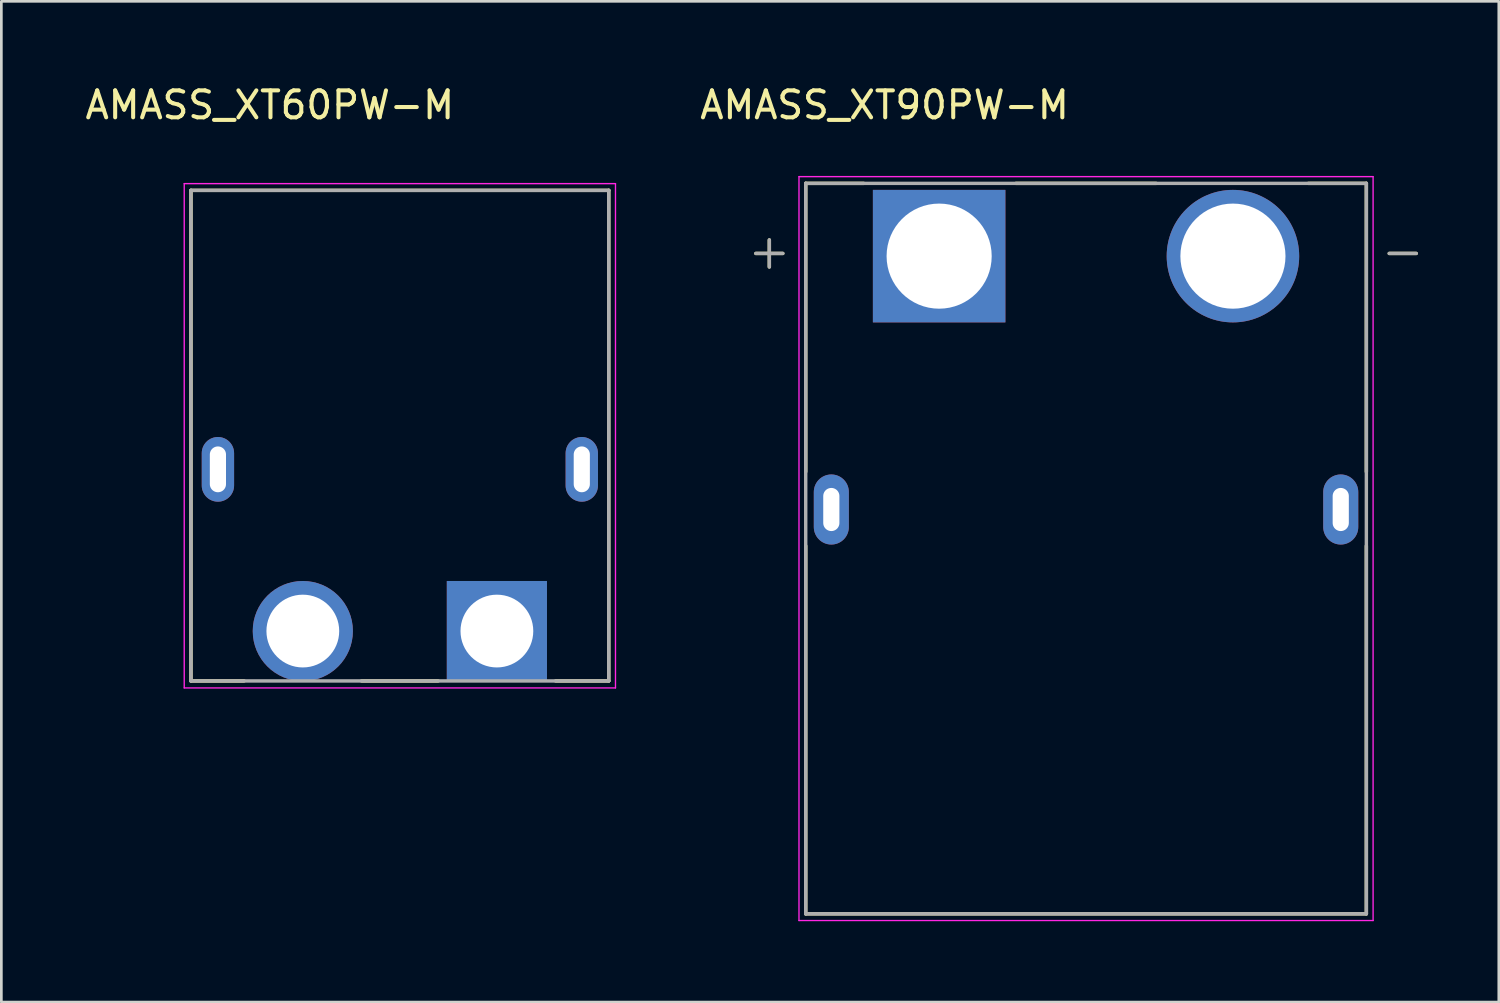
<source format=kicad_pcb>
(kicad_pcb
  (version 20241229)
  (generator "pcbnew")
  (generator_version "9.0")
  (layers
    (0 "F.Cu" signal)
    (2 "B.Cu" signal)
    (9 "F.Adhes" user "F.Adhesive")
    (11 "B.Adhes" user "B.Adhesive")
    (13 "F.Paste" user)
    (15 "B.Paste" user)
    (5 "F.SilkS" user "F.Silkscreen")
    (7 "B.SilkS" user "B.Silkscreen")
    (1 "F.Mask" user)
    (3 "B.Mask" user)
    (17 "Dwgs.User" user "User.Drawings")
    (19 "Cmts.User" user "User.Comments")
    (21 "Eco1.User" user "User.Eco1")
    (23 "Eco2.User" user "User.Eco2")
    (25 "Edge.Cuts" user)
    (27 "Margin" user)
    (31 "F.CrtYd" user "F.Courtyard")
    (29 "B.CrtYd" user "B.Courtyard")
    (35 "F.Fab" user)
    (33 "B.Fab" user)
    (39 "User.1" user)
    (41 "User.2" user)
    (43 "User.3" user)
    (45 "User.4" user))
  (footprint "AMASS_XT90PW-M"
    (layer "F.Cu")
    (at 37.243 15.853)
    (property "Reference" "AMASS_XT90PW-M" (at -7.475 -15.005 0) (layer "F.SilkS") (effects (font (size 1 1) (thickness 0.15))))
    (attr through_hole)
    (fp_line (start -11.75 -9) (end -11.75 -10) (stroke (width 0.127) (type solid)) (layer "F.SilkS"))
    (fp_line (start -11.25 -9.5) (end -12.25 -9.5) (stroke (width 0.127) (type solid)) (layer "F.SilkS"))
    (fp_line (start -10.4 -12.1) (end -10.4 -1.4) (stroke (width 0.127) (type solid)) (layer "F.SilkS"))
    (fp_line (start -10.4 1.35) (end -10.4 15) (stroke (width 0.127) (type solid)) (layer "F.SilkS"))
    (fp_line (start -10.4 15) (end 10.4 15) (stroke (width 0.127) (type solid)) (layer "F.SilkS"))
    (fp_line (start -8.25 -12.1) (end -10.4 -12.1) (stroke (width 0.127) (type solid)) (layer "F.SilkS"))
    (fp_line (start -2.6 -12.1) (end 2.6 -12.1) (stroke (width 0.127) (type solid)) (layer "F.SilkS"))
    (fp_line (start 10.4 -12.1) (end 8.25 -12.1) (stroke (width 0.127) (type solid)) (layer "F.SilkS"))
    (fp_line (start 10.4 -1.4) (end 10.4 -12.1) (stroke (width 0.127) (type solid)) (layer "F.SilkS"))
    (fp_line (start 10.4 15) (end 10.4 1.35) (stroke (width 0.127) (type solid)) (layer "F.SilkS"))
    (fp_line (start 11.25 -9.5) (end 12.25 -9.5) (stroke (width 0.127) (type solid)) (layer "F.SilkS"))
    (fp_line (start -10.65 -12.35) (end 10.65 -12.35) (stroke (width 0.05) (type solid)) (layer "F.CrtYd"))
    (fp_line (start -10.65 15.25) (end -10.65 -12.35) (stroke (width 0.05) (type solid)) (layer "F.CrtYd"))
    (fp_line (start 10.65 -12.35) (end 10.65 15.25) (stroke (width 0.05) (type solid)) (layer "F.CrtYd"))
    (fp_line (start 10.65 15.25) (end -10.65 15.25) (stroke (width 0.05) (type solid)) (layer "F.CrtYd"))
    (fp_line (start -11.75 -9) (end -11.75 -10) (stroke (width 0.127) (type solid)) (layer "F.Fab"))
    (fp_line (start -11.25 -9.5) (end -12.25 -9.5) (stroke (width 0.127) (type solid)) (layer "F.Fab"))
    (fp_line (start -10.4 -12.1) (end 10.4 -12.1) (stroke (width 0.127) (type solid)) (layer "F.Fab"))
    (fp_line (start -10.4 15) (end -10.4 -12.1) (stroke (width 0.127) (type solid)) (layer "F.Fab"))
    (fp_line (start 10.4 -12.1) (end 10.4 15) (stroke (width 0.127) (type solid)) (layer "F.Fab"))
    (fp_line (start 10.4 15) (end -10.4 15) (stroke (width 0.127) (type solid)) (layer "F.Fab"))
    (fp_line (start 12.25 -9.5) (end 11.25 -9.5) (stroke (width 0.127) (type solid)) (layer "F.Fab"))
    (pad "N" thru_hole circle (at 5.45 -9.4) (size 4.916 4.916) (drill 3.9) (layers "*.Cu" "*.Mask"))
    (pad "P" thru_hole rect (at -5.45 -9.4) (size 4.916 4.916) (drill 3.9) (layers "*.Cu" "*.Mask"))
    (pad "S1" thru_hole oval (at -9.45 0) (size 1.3 2.6) (drill oval 0.6 1.6) (layers "*.Cu" "*.Mask"))
    (pad "S2" thru_hole oval (at 9.45 0) (size 1.3 2.6) (drill oval 0.6 1.6) (layers "*.Cu" "*.Mask")))
  (footprint "AMASS_XT60PW-M"
    (layer "F.Cu")
    (at 11.785 14.363)
    (property "Reference" "AMASS_XT60PW-M" (at -4.824 -13.515 0) (layer "F.SilkS") (effects (font (size 1 1) (thickness 0.15))))
    (attr through_hole)
    (fp_line (start -7.75 -10.35) (end -7.75 7.85) (stroke (width 0.127) (type solid)) (layer "F.SilkS"))
    (fp_line (start -7.75 7.85) (end -5.778 7.85) (stroke (width 0.127) (type solid)) (layer "F.SilkS"))
    (fp_line (start -1.422 7.85) (end 1.422 7.85) (stroke (width 0.127) (type solid)) (layer "F.SilkS"))
    (fp_line (start 7.75 -10.35) (end -7.75 -10.35) (stroke (width 0.127) (type solid)) (layer "F.SilkS"))
    (fp_line (start 7.75 7.85) (end 5.778 7.85) (stroke (width 0.127) (type solid)) (layer "F.SilkS"))
    (fp_line (start 7.75 7.85) (end 7.75 -10.35) (stroke (width 0.127) (type solid)) (layer "F.SilkS"))
    (fp_line (start -8 -10.6) (end -8 8.11) (stroke (width 0.05) (type solid)) (layer "F.CrtYd"))
    (fp_line (start -8 8.11) (end 8 8.11) (stroke (width 0.05) (type solid)) (layer "F.CrtYd"))
    (fp_line (start 8 -10.6) (end -8 -10.6) (stroke (width 0.05) (type solid)) (layer "F.CrtYd"))
    (fp_line (start 8 8.11) (end 8 -10.6) (stroke (width 0.05) (type solid)) (layer "F.CrtYd"))
    (fp_line (start -7.75 -10.35) (end -7.75 7.85) (stroke (width 0.127) (type solid)) (layer "F.Fab"))
    (fp_line (start -7.75 7.85) (end 7.75 7.85) (stroke (width 0.127) (type solid)) (layer "F.Fab"))
    (fp_line (start 7.75 -10.35) (end -7.75 -10.35) (stroke (width 0.127) (type solid)) (layer "F.Fab"))
    (fp_line (start 7.75 7.85) (end 7.75 -10.35) (stroke (width 0.127) (type solid)) (layer "F.Fab"))
    (pad "1" thru_hole rect (at 3.6 6) (size 3.716 3.716) (drill 2.7) (layers "*.Cu" "*.Mask"))
    (pad "2" thru_hole circle (at -3.6 6) (size 3.716 3.716) (drill 2.7) (layers "*.Cu" "*.Mask"))
    (pad "S1" thru_hole oval (at 6.75 0) (size 1.2 2.4) (drill oval 0.6 1.7) (layers "*.Cu" "*.Mask"))
    (pad "S2" thru_hole oval (at -6.75 0) (size 1.2 2.4) (drill oval 0.6 1.7) (layers "*.Cu" "*.Mask")))
  (gr_rect
    (start -3 -3)
    (end 52.557 34.128)
    (stroke (width 0.1) (type default))
    (fill no)
    (layer "Edge.Cuts")))
</source>
